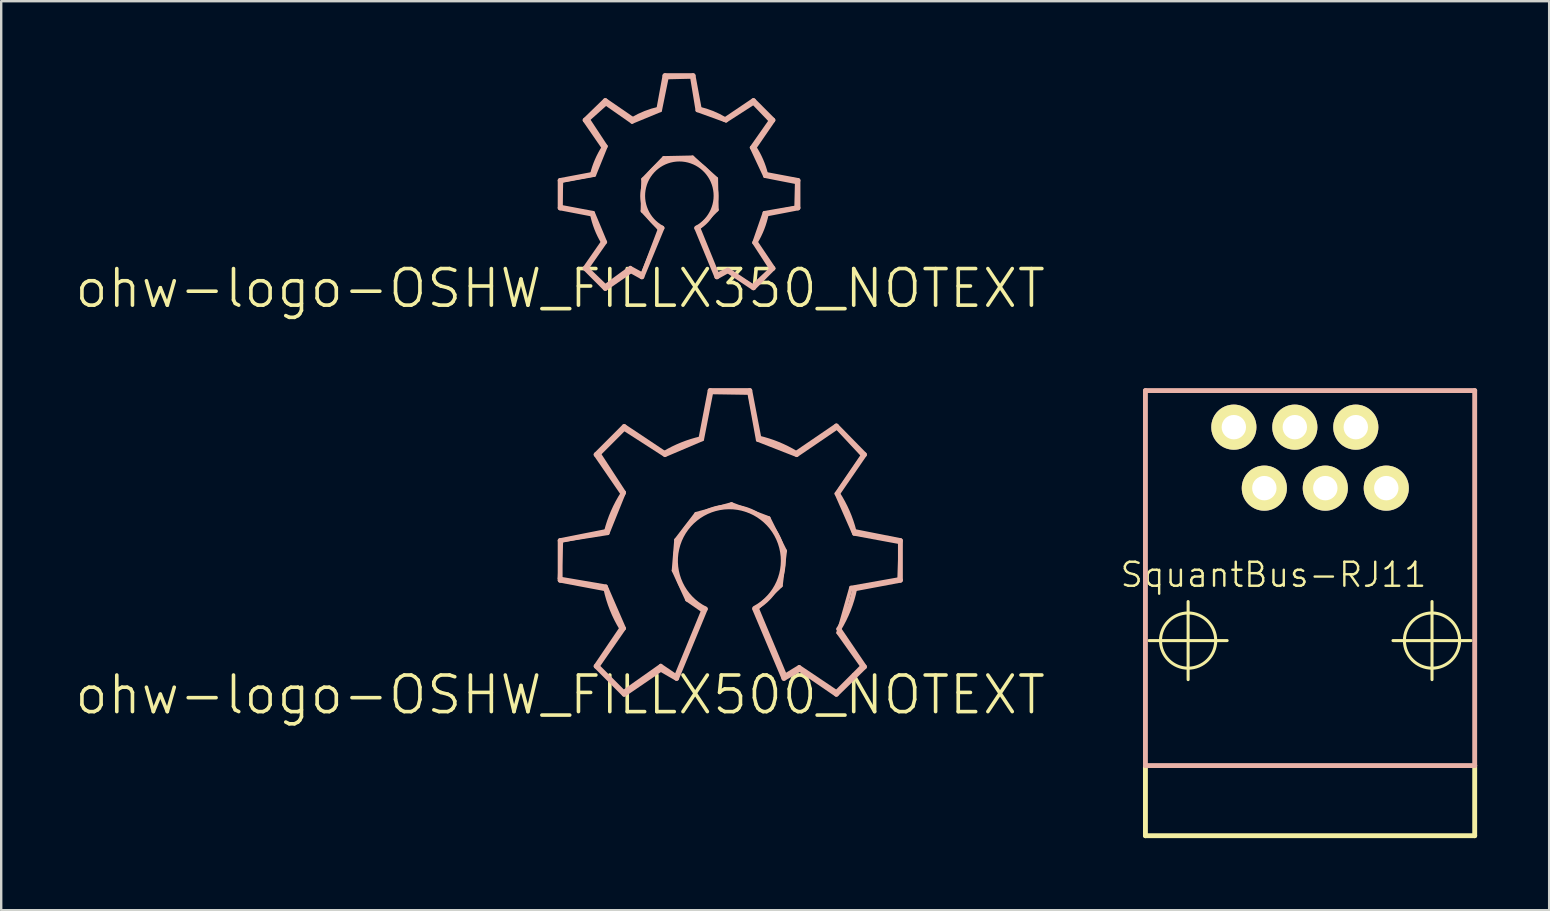
<source format=kicad_pcb>
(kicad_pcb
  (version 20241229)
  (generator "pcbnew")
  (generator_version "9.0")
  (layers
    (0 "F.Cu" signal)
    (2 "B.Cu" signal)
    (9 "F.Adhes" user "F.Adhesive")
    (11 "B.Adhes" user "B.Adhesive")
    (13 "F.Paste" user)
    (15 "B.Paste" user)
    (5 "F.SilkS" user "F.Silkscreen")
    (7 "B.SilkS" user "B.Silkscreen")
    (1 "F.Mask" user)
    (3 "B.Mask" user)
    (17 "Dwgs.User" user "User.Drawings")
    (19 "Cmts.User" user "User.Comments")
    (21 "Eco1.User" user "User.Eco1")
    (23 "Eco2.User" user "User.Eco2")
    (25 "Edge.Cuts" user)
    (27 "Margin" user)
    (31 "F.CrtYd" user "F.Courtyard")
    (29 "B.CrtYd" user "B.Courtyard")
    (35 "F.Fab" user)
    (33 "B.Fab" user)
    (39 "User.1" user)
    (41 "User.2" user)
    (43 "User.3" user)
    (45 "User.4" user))
  (footprint "ohw-logo-OSHW_FILLX500_NOTEXT"
    (layer "F.Cu")
    (at 20.284 25.895)
    (property "Reference" "ohw-logo-OSHW_FILLX500_NOTEXT" (at 0 0 0) (layer "F.SilkS") (effects (font (size 1.524 1.524) (thickness 0.15))))
    (attr exclude_from_pos_files exclude_from_bom)
    (fp_line (start -0.025 -4.851) (end 0.051 -6.426) (stroke (width 0.152) (type solid)) (layer "B.SilkS"))
    (fp_line (start 0 -6.426) (end 1.93 -6.807) (stroke (width 0.203) (type solid)) (layer "B.SilkS"))
    (fp_line (start 0 -4.775) (end 0 -6.426) (stroke (width 0.203) (type solid)) (layer "B.SilkS"))
    (fp_line (start 0.051 -6.426) (end 1.981 -6.731) (stroke (width 0.152) (type solid)) (layer "B.SilkS"))
    (fp_line (start 1.499 -10.008) (end 2.667 -11.176) (stroke (width 0.203) (type solid)) (layer "B.SilkS"))
    (fp_line (start 1.499 -1.194) (end 2.565 -2.769) (stroke (width 0.203) (type solid)) (layer "B.SilkS"))
    (fp_line (start 1.575 -1.194) (end 2.667 -2.769) (stroke (width 0.152) (type solid)) (layer "B.SilkS"))
    (fp_line (start 1.626 -10.033) (end 2.667 -11.074) (stroke (width 0.152) (type solid)) (layer "B.SilkS"))
    (fp_line (start 1.905 -4.521) (end -0.025 -4.851) (stroke (width 0.152) (type solid)) (layer "B.SilkS"))
    (fp_line (start 1.905 -4.417) (end 0 -4.775) (stroke (width 0.203) (type solid)) (layer "B.SilkS"))
    (fp_line (start 1.981 -6.731) (end 2.667 -8.433) (stroke (width 0.152) (type solid)) (layer "B.SilkS"))
    (fp_line (start 2.616 -8.382) (end 1.499 -10.008) (stroke (width 0.203) (type solid)) (layer "B.SilkS"))
    (fp_line (start 2.642 -0.127) (end 1.575 -1.194) (stroke (width 0.152) (type solid)) (layer "B.SilkS"))
    (fp_line (start 2.667 -11.176) (end 4.343 -10.058) (stroke (width 0.203) (type solid)) (layer "B.SilkS"))
    (fp_line (start 2.667 -11.074) (end 4.366 -9.982) (stroke (width 0.152) (type solid)) (layer "B.SilkS"))
    (fp_line (start 2.667 -8.433) (end 1.626 -10.033) (stroke (width 0.152) (type solid)) (layer "B.SilkS"))
    (fp_line (start 2.667 -2.769) (end 1.905 -4.521) (stroke (width 0.152) (type solid)) (layer "B.SilkS"))
    (fp_line (start 2.667 -0.025) (end 1.499 -1.194) (stroke (width 0.203) (type solid)) (layer "B.SilkS"))
    (fp_line (start 4.191 -1.219) (end 2.642 -0.127) (stroke (width 0.152) (type solid)) (layer "B.SilkS"))
    (fp_line (start 4.191 -1.067) (end 2.667 -0.025) (stroke (width 0.203) (type solid)) (layer "B.SilkS"))
    (fp_line (start 4.366 -9.982) (end 5.918 -10.643) (stroke (width 0.152) (type solid)) (layer "B.SilkS"))
    (fp_line (start 4.724 -5.179) (end 5.283 -3.962) (stroke (width 0.152) (type solid)) (layer "B.SilkS"))
    (fp_line (start 4.826 -6.452) (end 4.724 -5.179) (stroke (width 0.152) (type solid)) (layer "B.SilkS"))
    (fp_line (start 4.826 -0.787) (end 4.191 -1.219) (stroke (width 0.152) (type solid)) (layer "B.SilkS"))
    (fp_line (start 4.851 -0.686) (end 4.191 -1.067) (stroke (width 0.203) (type solid)) (layer "B.SilkS"))
    (fp_line (start 5.283 -3.962) (end 5.944 -3.505) (stroke (width 0.152) (type solid)) (layer "B.SilkS"))
    (fp_line (start 5.664 -7.544) (end 4.826 -6.452) (stroke (width 0.152) (type solid)) (layer "B.SilkS"))
    (fp_line (start 5.867 -10.693) (end 6.248 -12.675) (stroke (width 0.203) (type solid)) (layer "B.SilkS"))
    (fp_line (start 5.918 -10.643) (end 6.299 -12.598) (stroke (width 0.152) (type solid)) (layer "B.SilkS"))
    (fp_line (start 5.944 -3.505) (end 4.826 -0.787) (stroke (width 0.152) (type solid)) (layer "B.SilkS"))
    (fp_line (start 6.045 -3.579) (end 4.851 -0.686) (stroke (width 0.203) (type solid)) (layer "B.SilkS"))
    (fp_line (start 6.248 -12.675) (end 7.899 -12.675) (stroke (width 0.203) (type solid)) (layer "B.SilkS"))
    (fp_line (start 6.299 -12.598) (end 7.874 -12.573) (stroke (width 0.152) (type solid)) (layer "B.SilkS"))
    (fp_line (start 7.137 -7.95) (end 5.664 -7.544) (stroke (width 0.152) (type solid)) (layer "B.SilkS"))
    (fp_line (start 7.874 -12.573) (end 8.23 -10.617) (stroke (width 0.152) (type solid)) (layer "B.SilkS"))
    (fp_line (start 7.899 -12.675) (end 8.28 -10.693) (stroke (width 0.203) (type solid)) (layer "B.SilkS"))
    (fp_line (start 8.204 -3.604) (end 9.195 -4.547) (stroke (width 0.152) (type solid)) (layer "B.SilkS"))
    (fp_line (start 8.23 -10.617) (end 9.855 -9.982) (stroke (width 0.152) (type solid)) (layer "B.SilkS"))
    (fp_line (start 8.687 -7.366) (end 7.137 -7.95) (stroke (width 0.152) (type solid)) (layer "B.SilkS"))
    (fp_line (start 9.195 -4.547) (end 9.373 -5.994) (stroke (width 0.152) (type solid)) (layer "B.SilkS"))
    (fp_line (start 9.322 -0.686) (end 8.103 -3.579) (stroke (width 0.203) (type solid)) (layer "B.SilkS"))
    (fp_line (start 9.373 -5.994) (end 8.687 -7.366) (stroke (width 0.152) (type solid)) (layer "B.SilkS"))
    (fp_line (start 9.373 -0.813) (end 8.204 -3.604) (stroke (width 0.152) (type solid)) (layer "B.SilkS"))
    (fp_line (start 9.83 -10.058) (end 11.506 -11.201) (stroke (width 0.203) (type solid)) (layer "B.SilkS"))
    (fp_line (start 9.855 -9.982) (end 11.532 -11.125) (stroke (width 0.152) (type solid)) (layer "B.SilkS"))
    (fp_line (start 9.957 -1.168) (end 9.373 -0.813) (stroke (width 0.152) (type solid)) (layer "B.SilkS"))
    (fp_line (start 9.982 -1.067) (end 9.322 -0.686) (stroke (width 0.203) (type solid)) (layer "B.SilkS"))
    (fp_line (start 11.506 -11.201) (end 12.675 -10.008) (stroke (width 0.203) (type solid)) (layer "B.SilkS"))
    (fp_line (start 11.506 -8.382) (end 12.243 -6.706) (stroke (width 0.152) (type solid)) (layer "B.SilkS"))
    (fp_line (start 11.506 -0.127) (end 9.957 -1.168) (stroke (width 0.152) (type solid)) (layer "B.SilkS"))
    (fp_line (start 11.506 -0.025) (end 9.982 -1.067) (stroke (width 0.203) (type solid)) (layer "B.SilkS"))
    (fp_line (start 11.532 -11.125) (end 12.598 -9.982) (stroke (width 0.152) (type solid)) (layer "B.SilkS"))
    (fp_line (start 11.582 -2.588) (end 12.573 -1.194) (stroke (width 0.152) (type solid)) (layer "B.SilkS"))
    (fp_line (start 11.608 -2.743) (end 12.675 -1.168) (stroke (width 0.203) (type solid)) (layer "B.SilkS"))
    (fp_line (start 12.116 -4.47) (end 11.582 -2.588) (stroke (width 0.152) (type solid)) (layer "B.SilkS"))
    (fp_line (start 12.243 -6.807) (end 14.173 -6.426) (stroke (width 0.203) (type solid)) (layer "B.SilkS"))
    (fp_line (start 12.243 -6.706) (end 14.173 -6.35) (stroke (width 0.152) (type solid)) (layer "B.SilkS"))
    (fp_line (start 12.573 -1.194) (end 11.506 -0.127) (stroke (width 0.152) (type solid)) (layer "B.SilkS"))
    (fp_line (start 12.598 -9.982) (end 11.506 -8.382) (stroke (width 0.152) (type solid)) (layer "B.SilkS"))
    (fp_line (start 12.675 -10.008) (end 11.557 -8.382) (stroke (width 0.203) (type solid)) (layer "B.SilkS"))
    (fp_line (start 12.675 -1.168) (end 11.506 -0.025) (stroke (width 0.203) (type solid)) (layer "B.SilkS"))
    (fp_line (start 14.122 -4.826) (end 12.116 -4.47) (stroke (width 0.152) (type solid)) (layer "B.SilkS"))
    (fp_line (start 14.173 -6.426) (end 14.173 -4.775) (stroke (width 0.203) (type solid)) (layer "B.SilkS"))
    (fp_line (start 14.173 -6.35) (end 14.122 -4.826) (stroke (width 0.152) (type solid)) (layer "B.SilkS"))
    (fp_line (start 14.173 -4.775) (end 12.268 -4.417) (stroke (width 0.203) (type solid)) (layer "B.SilkS"))
    (fp_arc (start 1.9304 -6.8072) (mid 2.208991 -7.621249) (end 2.615474 -8.379576) (stroke (width 0.2032) (type solid)) (layer "B.SilkS"))
    (fp_arc (start 2.5654 -2.7686) (mid 2.16498 -3.565319) (end 1.905269 -4.418342) (stroke (width 0.2032) (type solid)) (layer "B.SilkS"))
    (fp_arc (start 4.3434 -10.0584) (mid 5.077319 -10.421139) (end 5.858522 -10.665966) (stroke (width 0.2032) (type solid)) (layer "B.SilkS"))
    (fp_arc (start 6.0452 -3.57886) (mid 7.018559 -7.83352) (end 8.105013 -3.606325) (stroke (width 0.2032) (type solid)) (layer "B.SilkS"))
    (fp_arc (start 8.2804 -10.6934) (mid 9.075971 -10.438881) (end 9.821931 -10.063041) (stroke (width 0.2032) (type solid)) (layer "B.SilkS"))
    (fp_arc (start 11.557 -8.382) (mid 11.963352 -7.625939) (end 12.241471 -6.813904) (stroke (width 0.2032) (type solid)) (layer "B.SilkS"))
    (fp_arc (start 12.2682 -4.41706) (mid 12.01013 -3.55068) (end 11.607653 -2.74122) (stroke (width 0.2032) (type solid)) (layer "B.SilkS")))
  (footprint "ohw-logo-OSHW_FILLX350_NOTEXT"
    (layer "F.Cu")
    (at 20.284 8.964)
    (property "Reference" "ohw-logo-OSHW_FILLX350_NOTEXT" (at 0 0 0) (layer "F.SilkS") (effects (font (size 1.524 1.524) (thickness 0.15))))
    (attr exclude_from_pos_files exclude_from_bom)
    (fp_line (start 0 -4.496) (end 1.346 -4.75) (stroke (width 0.203) (type solid)) (layer "B.SilkS"))
    (fp_line (start 0 -3.353) (end 0 -4.496) (stroke (width 0.203) (type solid)) (layer "B.SilkS"))
    (fp_line (start 0.025 -3.404) (end 0.051 -4.47) (stroke (width 0.152) (type solid)) (layer "B.SilkS"))
    (fp_line (start 0.051 -4.47) (end 1.422 -4.724) (stroke (width 0.152) (type solid)) (layer "B.SilkS"))
    (fp_line (start 1.041 -7.01) (end 1.88 -7.823) (stroke (width 0.203) (type solid)) (layer "B.SilkS"))
    (fp_line (start 1.041 -0.838) (end 1.801 -1.93) (stroke (width 0.203) (type solid)) (layer "B.SilkS"))
    (fp_line (start 1.118 -0.838) (end 1.88 -1.93) (stroke (width 0.152) (type solid)) (layer "B.SilkS"))
    (fp_line (start 1.168 -7.036) (end 1.905 -7.696) (stroke (width 0.152) (type solid)) (layer "B.SilkS"))
    (fp_line (start 1.321 -3.099) (end 0 -3.353) (stroke (width 0.203) (type solid)) (layer "B.SilkS"))
    (fp_line (start 1.372 -3.15) (end 0.025 -3.404) (stroke (width 0.152) (type solid)) (layer "B.SilkS"))
    (fp_line (start 1.422 -4.724) (end 1.905 -5.918) (stroke (width 0.152) (type solid)) (layer "B.SilkS"))
    (fp_line (start 1.829 -5.867) (end 1.041 -7.01) (stroke (width 0.203) (type solid)) (layer "B.SilkS"))
    (fp_line (start 1.88 -7.823) (end 3.023 -7.036) (stroke (width 0.203) (type solid)) (layer "B.SilkS"))
    (fp_line (start 1.88 -1.93) (end 1.372 -3.15) (stroke (width 0.152) (type solid)) (layer "B.SilkS"))
    (fp_line (start 1.88 -0.102) (end 1.118 -0.838) (stroke (width 0.152) (type solid)) (layer "B.SilkS"))
    (fp_line (start 1.88 0) (end 1.041 -0.838) (stroke (width 0.203) (type solid)) (layer "B.SilkS"))
    (fp_line (start 1.905 -7.696) (end 2.997 -6.934) (stroke (width 0.152) (type solid)) (layer "B.SilkS"))
    (fp_line (start 1.905 -5.918) (end 1.168 -7.036) (stroke (width 0.152) (type solid)) (layer "B.SilkS"))
    (fp_line (start 2.921 -0.864) (end 1.88 -0.102) (stroke (width 0.152) (type solid)) (layer "B.SilkS"))
    (fp_line (start 2.946 -0.737) (end 1.88 0) (stroke (width 0.203) (type solid)) (layer "B.SilkS"))
    (fp_line (start 2.997 -6.934) (end 4.166 -7.417) (stroke (width 0.152) (type solid)) (layer "B.SilkS"))
    (fp_line (start 3.404 -0.483) (end 2.946 -0.737) (stroke (width 0.203) (type solid)) (layer "B.SilkS"))
    (fp_line (start 3.429 -3.226) (end 4.14 -2.464) (stroke (width 0.152) (type solid)) (layer "B.SilkS"))
    (fp_line (start 3.429 -0.584) (end 2.921 -0.864) (stroke (width 0.152) (type solid)) (layer "B.SilkS"))
    (fp_line (start 3.454 -4.547) (end 3.429 -3.226) (stroke (width 0.152) (type solid)) (layer "B.SilkS"))
    (fp_line (start 4.115 -7.493) (end 4.366 -8.862) (stroke (width 0.203) (type solid)) (layer "B.SilkS"))
    (fp_line (start 4.14 -2.464) (end 3.429 -0.584) (stroke (width 0.152) (type solid)) (layer "B.SilkS"))
    (fp_line (start 4.166 -7.417) (end 4.445 -8.786) (stroke (width 0.152) (type solid)) (layer "B.SilkS"))
    (fp_line (start 4.242 -2.515) (end 3.404 -0.483) (stroke (width 0.203) (type solid)) (layer "B.SilkS"))
    (fp_line (start 4.318 -5.436) (end 3.454 -4.547) (stroke (width 0.152) (type solid)) (layer "B.SilkS"))
    (fp_line (start 4.366 -8.862) (end 5.537 -8.862) (stroke (width 0.203) (type solid)) (layer "B.SilkS"))
    (fp_line (start 4.445 -8.786) (end 5.486 -8.811) (stroke (width 0.152) (type solid)) (layer "B.SilkS"))
    (fp_line (start 5.486 -8.811) (end 5.715 -7.417) (stroke (width 0.152) (type solid)) (layer "B.SilkS"))
    (fp_line (start 5.512 -5.461) (end 4.318 -5.436) (stroke (width 0.152) (type solid)) (layer "B.SilkS"))
    (fp_line (start 5.537 -8.862) (end 5.791 -7.493) (stroke (width 0.203) (type solid)) (layer "B.SilkS"))
    (fp_line (start 5.715 -7.417) (end 6.909 -6.985) (stroke (width 0.152) (type solid)) (layer "B.SilkS"))
    (fp_line (start 5.766 -2.515) (end 6.528 -3.277) (stroke (width 0.152) (type solid)) (layer "B.SilkS"))
    (fp_line (start 6.502 -4.572) (end 5.512 -5.461) (stroke (width 0.152) (type solid)) (layer "B.SilkS"))
    (fp_line (start 6.528 -3.277) (end 6.502 -4.572) (stroke (width 0.152) (type solid)) (layer "B.SilkS"))
    (fp_line (start 6.528 -0.483) (end 5.69 -2.515) (stroke (width 0.203) (type solid)) (layer "B.SilkS"))
    (fp_line (start 6.553 -0.584) (end 5.766 -2.515) (stroke (width 0.152) (type solid)) (layer "B.SilkS"))
    (fp_line (start 6.883 -7.036) (end 8.052 -7.823) (stroke (width 0.203) (type solid)) (layer "B.SilkS"))
    (fp_line (start 6.909 -6.985) (end 8.052 -7.722) (stroke (width 0.152) (type solid)) (layer "B.SilkS"))
    (fp_line (start 6.985 -0.787) (end 6.553 -0.584) (stroke (width 0.152) (type solid)) (layer "B.SilkS"))
    (fp_line (start 6.985 -0.737) (end 6.528 -0.483) (stroke (width 0.203) (type solid)) (layer "B.SilkS"))
    (fp_line (start 7.976 -5.867) (end 8.534 -4.674) (stroke (width 0.152) (type solid)) (layer "B.SilkS"))
    (fp_line (start 8.026 -0.102) (end 6.985 -0.787) (stroke (width 0.152) (type solid)) (layer "B.SilkS"))
    (fp_line (start 8.052 -7.823) (end 8.862 -7.01) (stroke (width 0.203) (type solid)) (layer "B.SilkS"))
    (fp_line (start 8.052 -7.722) (end 8.76 -6.985) (stroke (width 0.152) (type solid)) (layer "B.SilkS"))
    (fp_line (start 8.052 -0.025) (end 6.985 -0.737) (stroke (width 0.203) (type solid)) (layer "B.SilkS"))
    (fp_line (start 8.077 -1.905) (end 8.786 -0.813) (stroke (width 0.152) (type solid)) (layer "B.SilkS"))
    (fp_line (start 8.128 -1.93) (end 8.862 -0.838) (stroke (width 0.203) (type solid)) (layer "B.SilkS"))
    (fp_line (start 8.509 -3.15) (end 8.077 -1.905) (stroke (width 0.152) (type solid)) (layer "B.SilkS"))
    (fp_line (start 8.534 -4.674) (end 9.855 -4.417) (stroke (width 0.152) (type solid)) (layer "B.SilkS"))
    (fp_line (start 8.56 -4.75) (end 9.906 -4.496) (stroke (width 0.203) (type solid)) (layer "B.SilkS"))
    (fp_line (start 8.76 -6.985) (end 7.976 -5.867) (stroke (width 0.152) (type solid)) (layer "B.SilkS"))
    (fp_line (start 8.786 -0.813) (end 8.026 -0.102) (stroke (width 0.152) (type solid)) (layer "B.SilkS"))
    (fp_line (start 8.862 -7.01) (end 8.077 -5.867) (stroke (width 0.203) (type solid)) (layer "B.SilkS"))
    (fp_line (start 8.862 -0.838) (end 8.052 -0.025) (stroke (width 0.203) (type solid)) (layer "B.SilkS"))
    (fp_line (start 9.83 -3.378) (end 8.509 -3.15) (stroke (width 0.152) (type solid)) (layer "B.SilkS"))
    (fp_line (start 9.855 -4.417) (end 9.83 -3.378) (stroke (width 0.152) (type solid)) (layer "B.SilkS"))
    (fp_line (start 9.906 -4.496) (end 9.906 -3.353) (stroke (width 0.203) (type solid)) (layer "B.SilkS"))
    (fp_line (start 9.906 -3.353) (end 8.585 -3.099) (stroke (width 0.203) (type solid)) (layer "B.SilkS"))
    (fp_arc (start 1.3462 -4.7498) (mid 1.540937 -5.327839) (end 1.827937 -5.866061) (stroke (width 0.2032) (type solid)) (layer "B.SilkS"))
    (fp_arc (start 1.80086 -1.9304) (mid 1.523102 -2.493953) (end 1.344793 -3.096405) (stroke (width 0.2032) (type solid)) (layer "B.SilkS"))
    (fp_arc (start 3.0226 -7.0358) (mid 3.549599 -7.294011) (end 4.110654 -7.466113) (stroke (width 0.2032) (type solid)) (layer "B.SilkS"))
    (fp_arc (start 4.2418 -2.5146) (mid 4.96486 -5.389291) (end 5.691079 -2.515396) (stroke (width 0.2032) (type solid)) (layer "B.SilkS"))
    (fp_arc (start 5.7912 -7.4676) (mid 6.339087 -7.294102) (end 6.853535 -7.03793) (stroke (width 0.2032) (type solid)) (layer "B.SilkS"))
    (fp_arc (start 8.0772 -5.8674) (mid 8.364223 -5.33009) (end 8.559636 -4.753117) (stroke (width 0.2032) (type solid)) (layer "B.SilkS"))
    (fp_arc (start 8.5852 -3.0988) (mid 8.407317 -2.496552) (end 8.130013 -1.933128) (stroke (width 0.2032) (type solid)) (layer "B.SilkS")))
  (footprint "SquantBus-RJ11"
    (layer "F.Cu")
    (at 51.522 23.634)
    (property "Reference" "SquantBus-RJ11" (at -1.524 -2.743 0) (layer "F.SilkS") (effects (font (size 1 1) (thickness 0.1))))
    (attr exclude_from_pos_files exclude_from_bom)
    (fp_line (start -6.858 5.207) (end -6.858 8.128) (stroke (width 0.203) (type solid)) (layer "F.SilkS"))
    (fp_line (start -6.858 8.128) (end 6.858 8.128) (stroke (width 0.203) (type solid)) (layer "F.SilkS"))
    (fp_line (start -6.706 0) (end -3.454 0) (stroke (width 0.127) (type solid)) (layer "F.SilkS"))
    (fp_line (start -5.08 1.626) (end -5.08 -1.626) (stroke (width 0.127) (type solid)) (layer "F.SilkS"))
    (fp_line (start 3.454 0) (end 6.706 0) (stroke (width 0.127) (type solid)) (layer "F.SilkS"))
    (fp_line (start 5.08 1.626) (end 5.08 -1.626) (stroke (width 0.127) (type solid)) (layer "F.SilkS"))
    (fp_line (start 6.858 8.128) (end 6.858 5.207) (stroke (width 0.203) (type solid)) (layer "F.SilkS"))
    (fp_circle (center -5.08 0) (end -5.893 0.813) (stroke (width 0.127) (type solid)) (fill no) (layer "F.SilkS"))
    (fp_circle (center 5.08 0) (end 5.893 0.813) (stroke (width 0.127) (type solid)) (fill no) (layer "F.SilkS"))
    (fp_line (start -6.858 -10.414) (end -6.858 5.207) (stroke (width 0.203) (type solid)) (layer "B.SilkS"))
    (fp_line (start 6.858 -10.414) (end -6.858 -10.414) (stroke (width 0.203) (type solid)) (layer "B.SilkS"))
    (fp_line (start 6.858 5.207) (end -6.858 5.207) (stroke (width 0.203) (type solid)) (layer "B.SilkS"))
    (fp_line (start 6.858 5.207) (end 6.858 -10.414) (stroke (width 0.203) (type solid)) (layer "B.SilkS"))
    (pad "1" thru_hole circle (at -3.175 -8.89) (size 1.88 1.88) (drill 1.016) (layers "*.Cu" "F.Mask" "F.SilkS" "F.Paste"))
    (pad "2" thru_hole circle (at -1.905 -6.35) (size 1.88 1.88) (drill 1.016) (layers "*.Cu" "F.Mask" "F.SilkS" "F.Paste"))
    (pad "3" thru_hole circle (at -0.635 -8.89) (size 1.88 1.88) (drill 1.016) (layers "*.Cu" "F.Mask" "F.SilkS" "F.Paste"))
    (pad "4" thru_hole circle (at 0.635 -6.35) (size 1.88 1.88) (drill 1.016) (layers "*.Cu" "F.Mask" "F.SilkS" "F.Paste"))
    (pad "5" thru_hole circle (at 1.905 -8.89) (size 1.88 1.88) (drill 1.016) (layers "*.Cu" "F.Mask" "F.SilkS" "F.Paste"))
    (pad "6" thru_hole circle (at 3.175 -6.35) (size 1.88 1.88) (drill 1.016) (layers "*.Cu" "F.Mask" "F.SilkS" "F.Paste")))
  (gr_rect
    (start -3 -3)
    (end 61.482 34.864)
    (stroke (width 0.1) (type default))
    (fill no)
    (layer "Edge.Cuts")))
</source>
